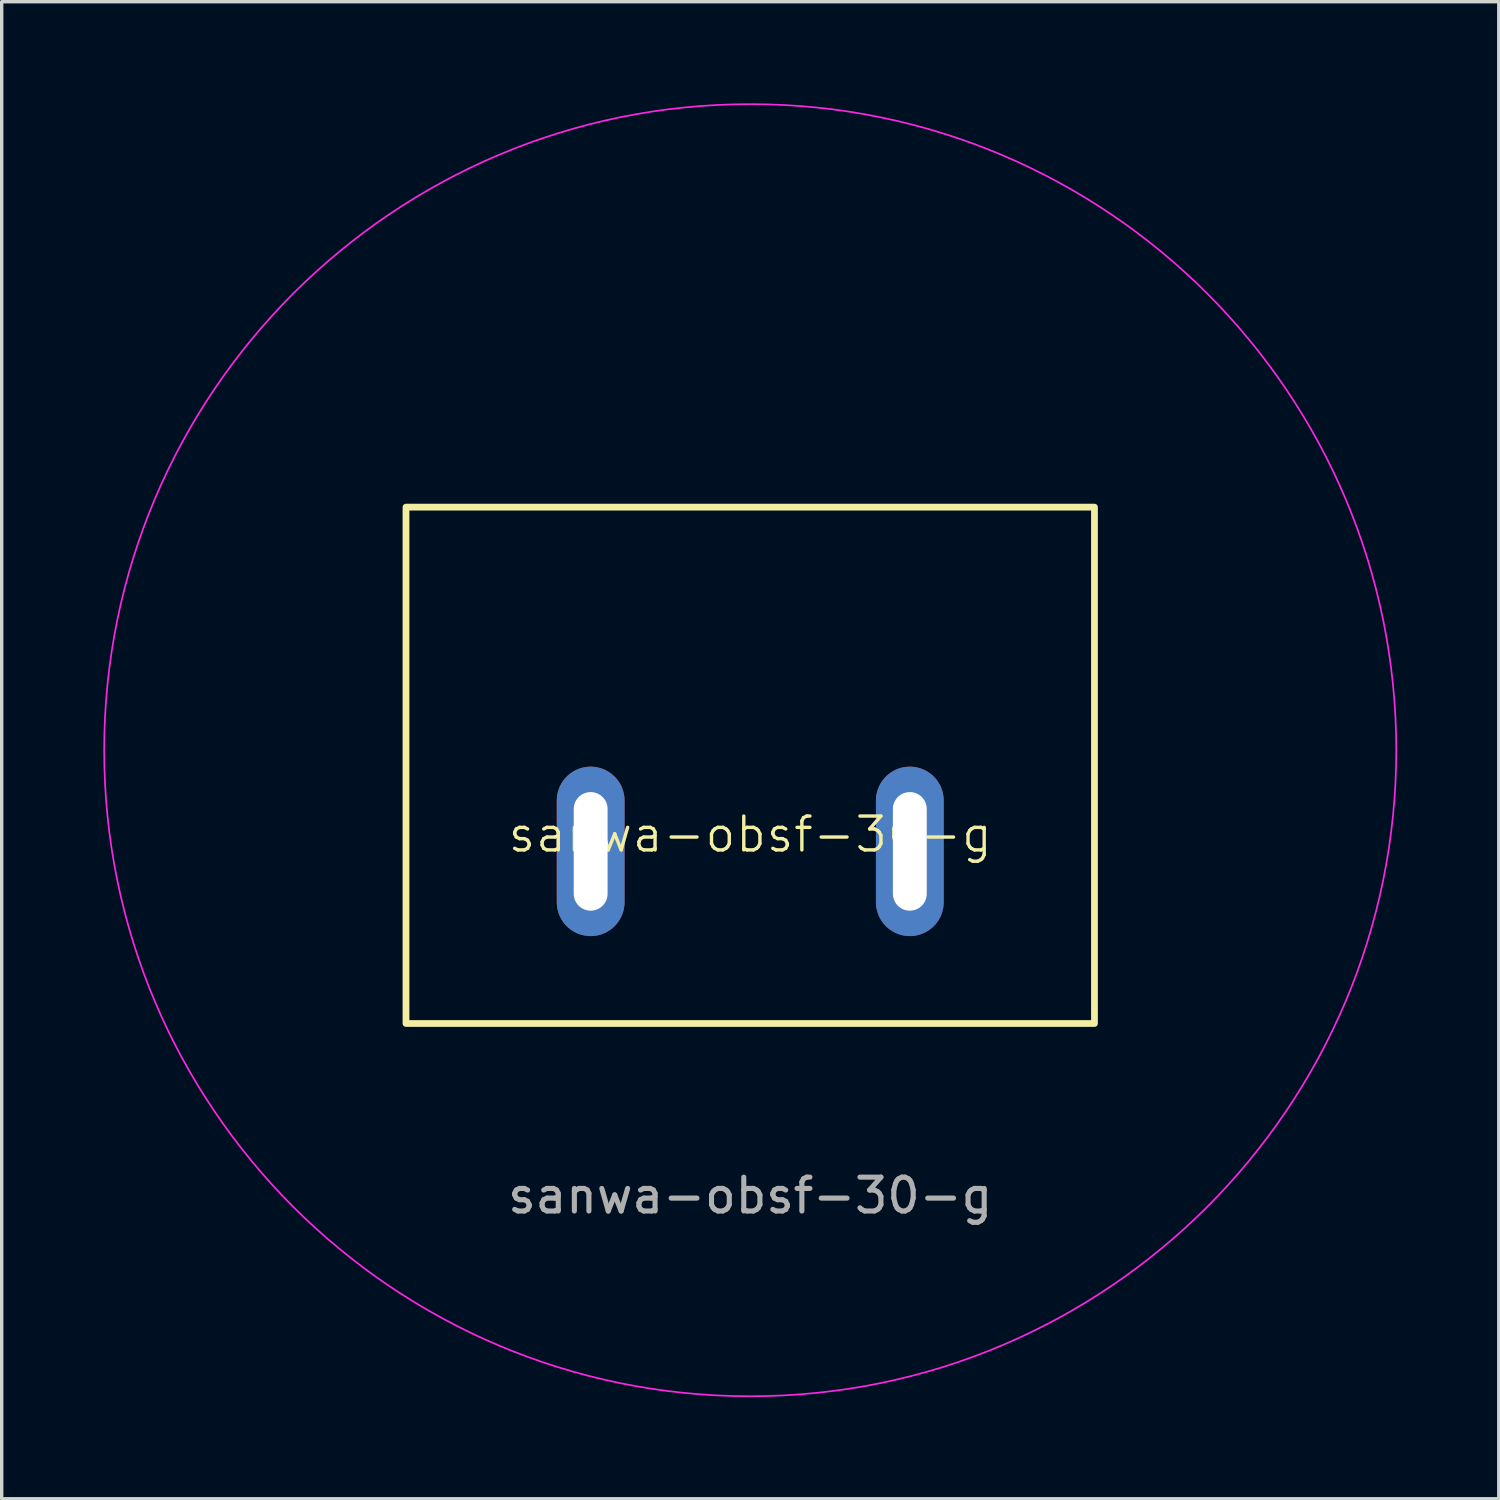
<source format=kicad_pcb>
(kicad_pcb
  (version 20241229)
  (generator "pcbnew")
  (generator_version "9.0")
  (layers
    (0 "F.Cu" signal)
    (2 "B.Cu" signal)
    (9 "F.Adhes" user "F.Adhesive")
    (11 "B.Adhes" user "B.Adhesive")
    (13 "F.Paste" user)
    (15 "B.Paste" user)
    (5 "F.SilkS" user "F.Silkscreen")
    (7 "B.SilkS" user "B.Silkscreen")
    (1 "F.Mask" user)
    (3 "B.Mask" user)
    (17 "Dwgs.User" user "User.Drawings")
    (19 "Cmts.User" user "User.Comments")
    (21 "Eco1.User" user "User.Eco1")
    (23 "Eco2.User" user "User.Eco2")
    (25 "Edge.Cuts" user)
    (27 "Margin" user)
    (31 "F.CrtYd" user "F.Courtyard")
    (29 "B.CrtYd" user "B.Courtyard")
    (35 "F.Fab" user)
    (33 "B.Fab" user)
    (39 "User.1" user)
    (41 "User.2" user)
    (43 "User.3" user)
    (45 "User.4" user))
  (footprint "sanwa-obsf-30-g"
    (layer "F.Cu")
    (at 19.093 22.078)
    (property "Reference" "sanwa-obsf-30-g" (at 0 -0.5 0) (unlocked yes) (layer "F.SilkS") (effects (font (size 1 1) (thickness 0.1))))
    (attr through_hole)
    (fp_rect (start -10.16 -10.16) (end 10.16 5.08) (stroke (width 0.2) (type default)) (fill no) (layer "F.SilkS"))
    (fp_circle (center 0 -2.986) (end 19.068 -2.986) (stroke (width 0.05) (type default)) (fill no) (layer "F.CrtYd"))
    (fp_text user "${REFERENCE}" (at 0 10.16 0) (unlocked yes) (layer "F.Fab") (effects (font (size 1 1) (thickness 0.15))))
    (pad "1" thru_hole oval (at -4.71 0) (size 2 5) (drill oval 1 3.5) (layers "*.Cu" "*.Mask"))
    (pad "2" thru_hole oval (at 4.71 0) (size 2 5) (drill oval 1 3.5) (layers "*.Cu" "*.Mask")))
  (gr_rect
    (start -3 -3)
    (end 41.186 41.186)
    (stroke (width 0.1) (type default))
    (fill no)
    (layer "Edge.Cuts")))
</source>
